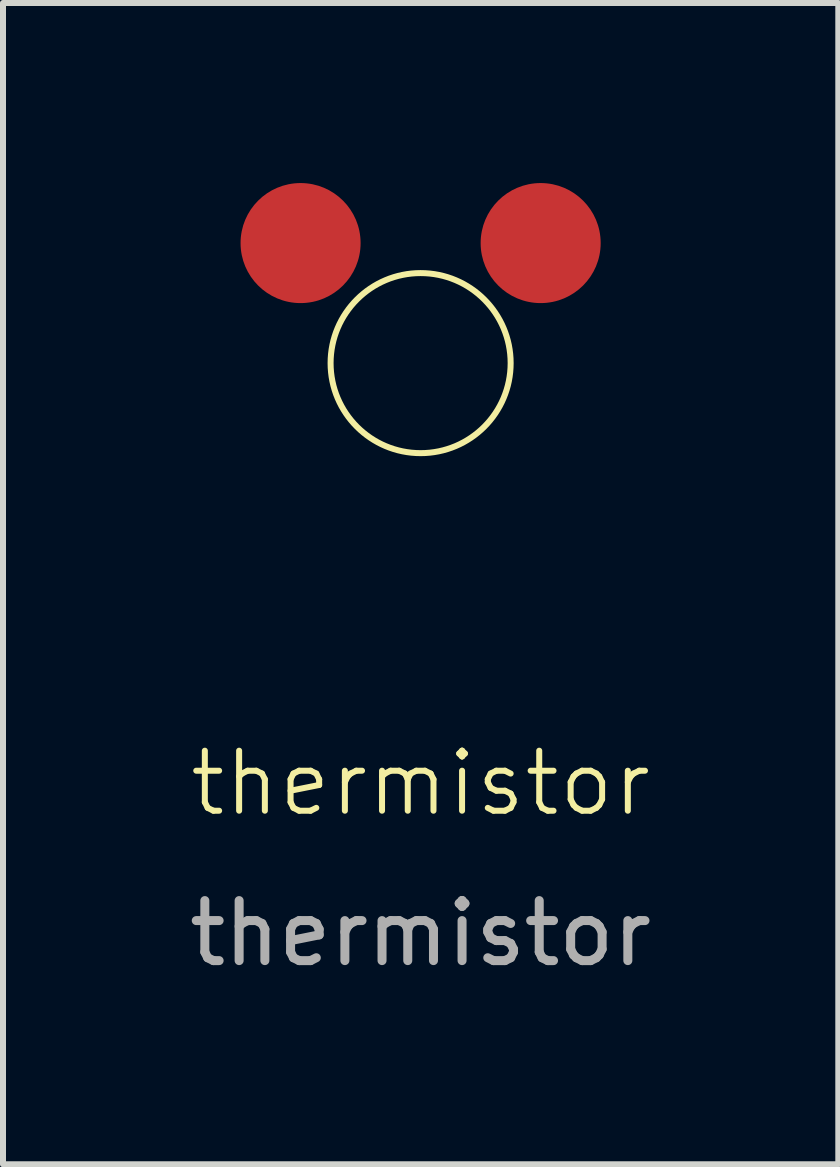
<source format=kicad_pcb>
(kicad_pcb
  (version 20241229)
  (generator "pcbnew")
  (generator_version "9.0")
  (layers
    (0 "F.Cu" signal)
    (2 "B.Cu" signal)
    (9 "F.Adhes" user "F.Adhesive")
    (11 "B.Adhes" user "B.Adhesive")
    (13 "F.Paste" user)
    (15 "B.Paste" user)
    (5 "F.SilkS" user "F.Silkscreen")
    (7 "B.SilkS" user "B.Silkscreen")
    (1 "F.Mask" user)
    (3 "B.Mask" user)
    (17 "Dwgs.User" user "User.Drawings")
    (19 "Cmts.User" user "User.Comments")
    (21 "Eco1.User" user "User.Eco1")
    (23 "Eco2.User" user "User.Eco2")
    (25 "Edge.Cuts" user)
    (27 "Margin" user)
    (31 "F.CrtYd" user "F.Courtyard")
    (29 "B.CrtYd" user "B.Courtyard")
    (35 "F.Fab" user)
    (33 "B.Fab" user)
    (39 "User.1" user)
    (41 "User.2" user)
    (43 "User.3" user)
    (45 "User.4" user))
  (footprint "thermistor"
    (layer "F.Cu")
    (at 3.958 3)
    (property "Reference" "thermistor" (at 0 7 0) (unlocked yes) (layer "F.SilkS") (effects (font (size 1 1) (thickness 0.1))))
    (attr smd)
    (fp_circle (center 0 0) (end -1.5 0) (stroke (width 0.1) (type solid)) (fill no) (layer "F.SilkS"))
    (fp_text user "${REFERENCE}" (at 0 9.5 0) (unlocked yes) (layer "F.Fab") (effects (font (size 1 1) (thickness 0.15))))
    (pad "1" smd circle (at -2 -2) (size 2 2) (layers "F.Cu" "F.Mask" "F.Paste"))
    (pad "2" smd circle (at 2 -2) (size 2 2) (layers "F.Cu" "F.Mask" "F.Paste")))
  (gr_rect
    (start -3 -3)
    (end 10.917 16.348)
    (stroke (width 0.1) (type default))
    (fill no)
    (layer "Edge.Cuts")))
</source>
